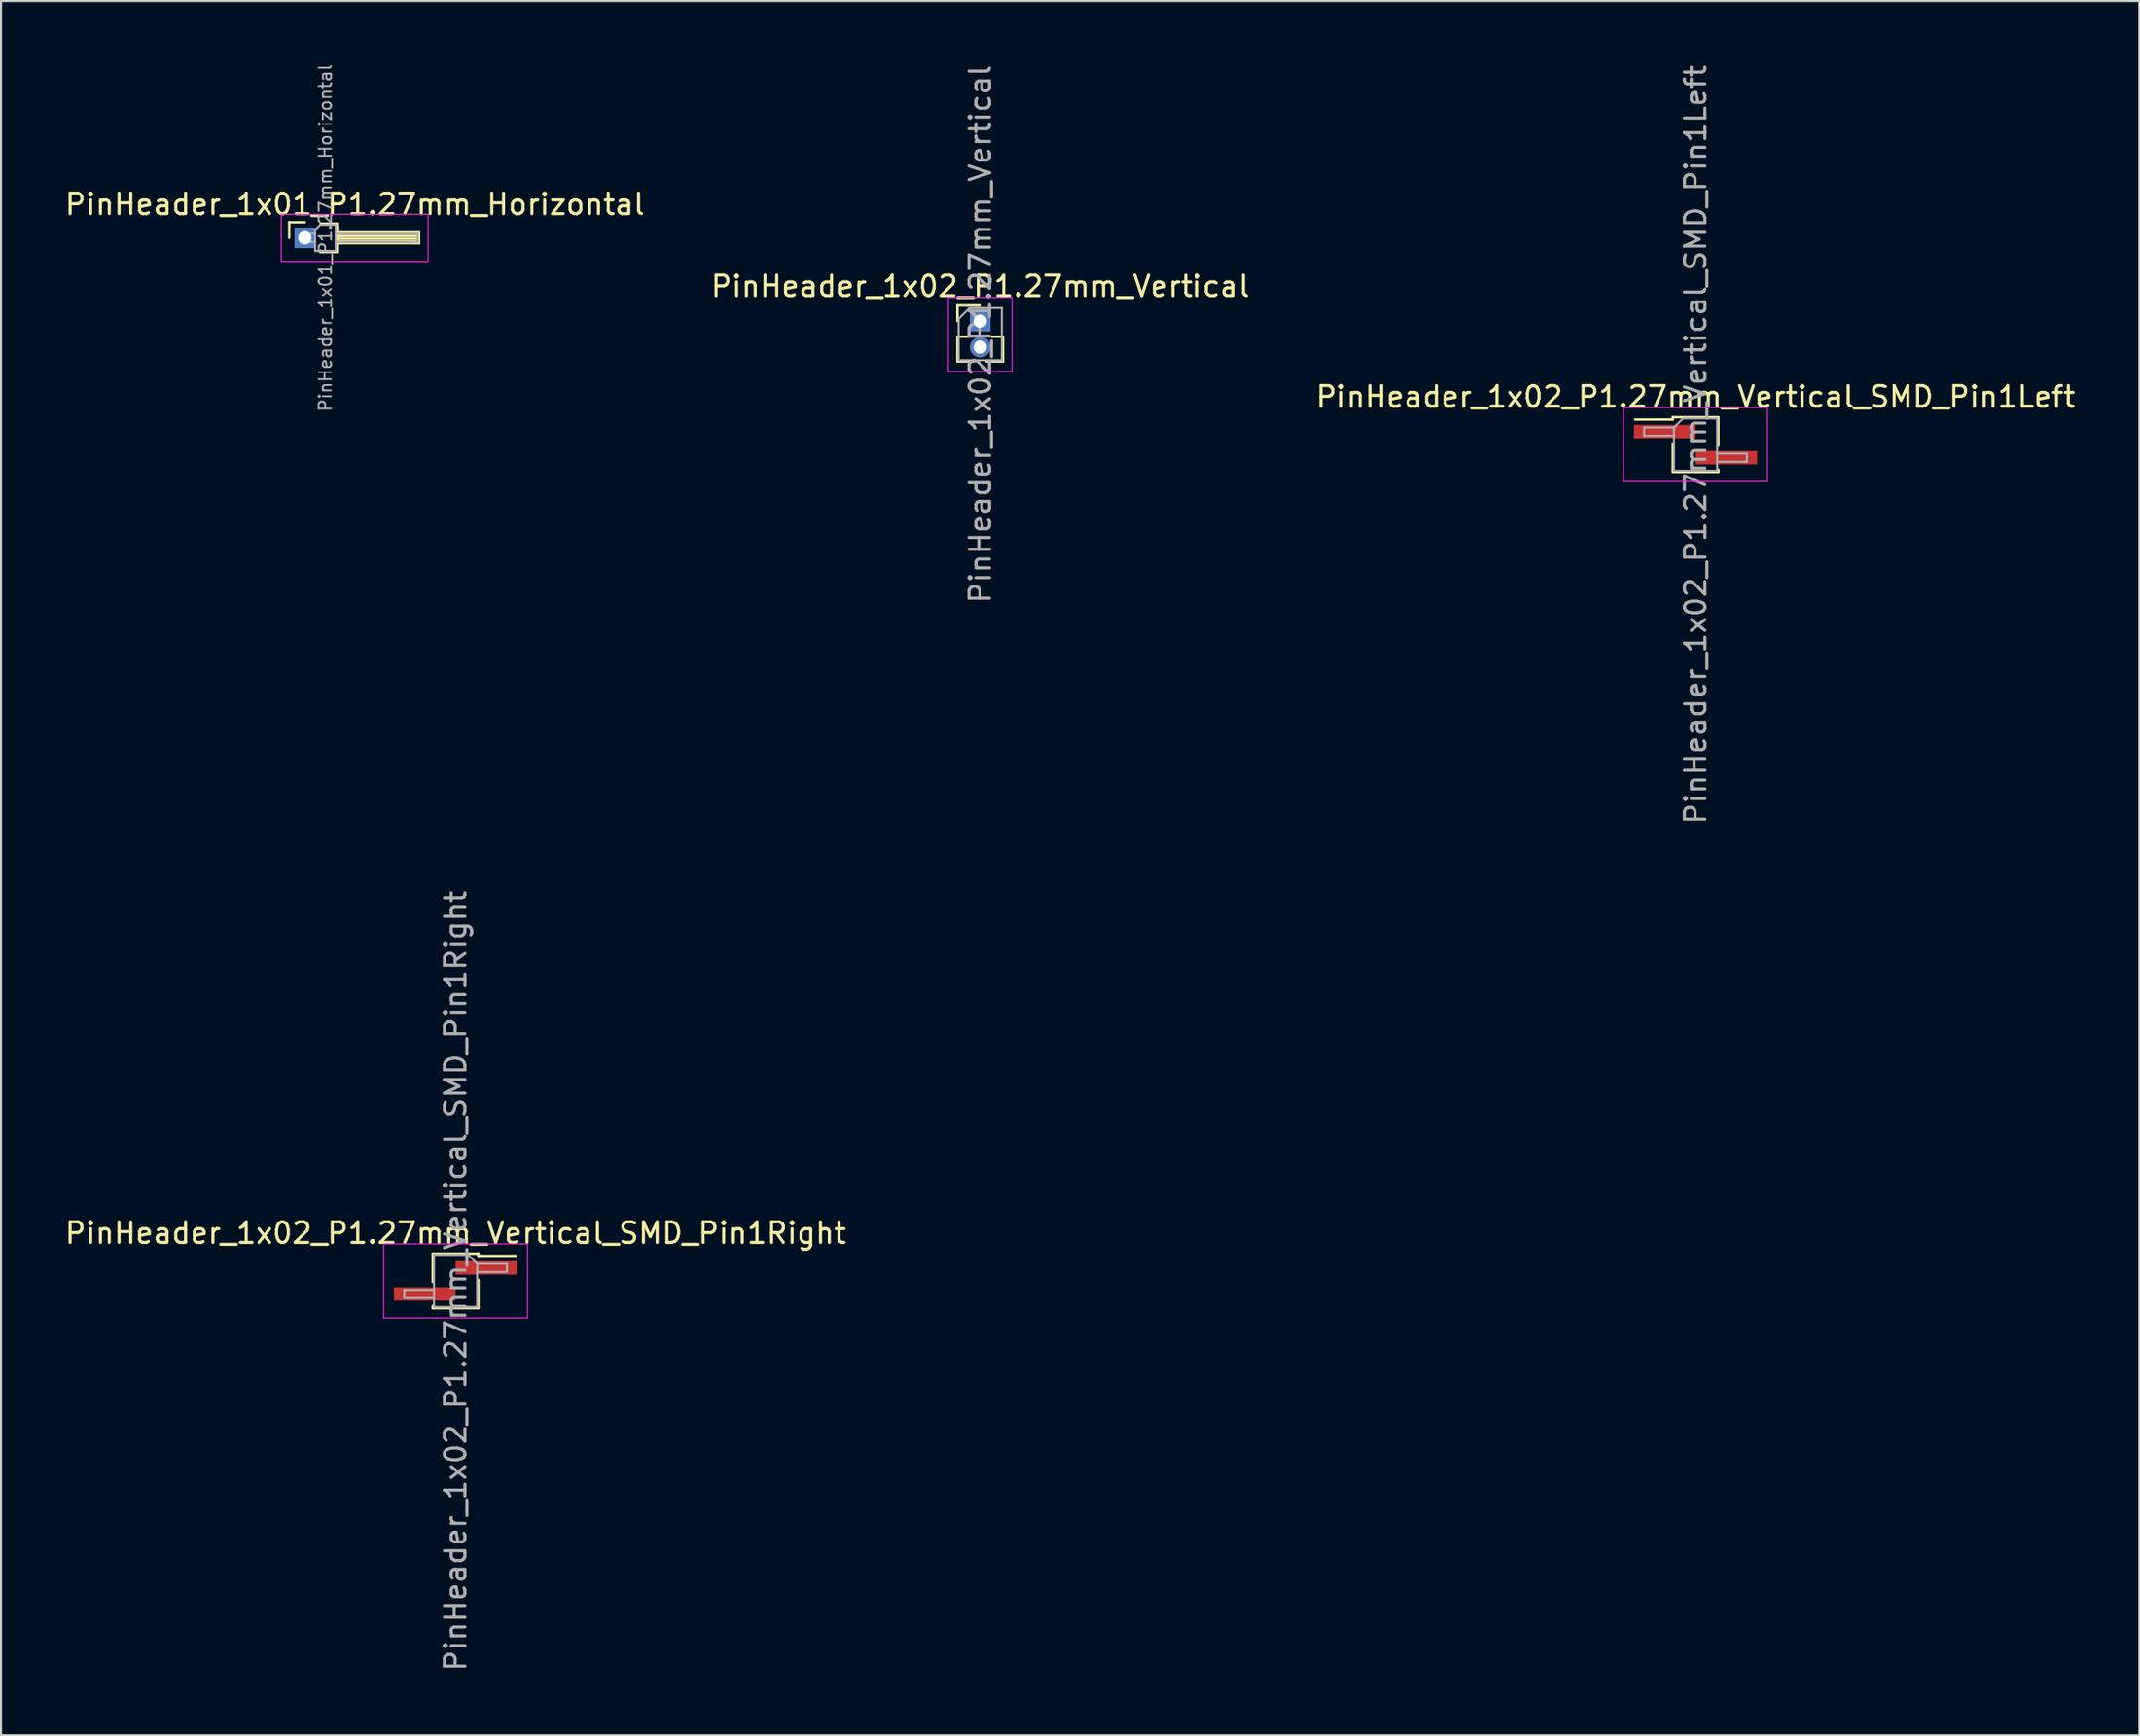
<source format=kicad_pcb>
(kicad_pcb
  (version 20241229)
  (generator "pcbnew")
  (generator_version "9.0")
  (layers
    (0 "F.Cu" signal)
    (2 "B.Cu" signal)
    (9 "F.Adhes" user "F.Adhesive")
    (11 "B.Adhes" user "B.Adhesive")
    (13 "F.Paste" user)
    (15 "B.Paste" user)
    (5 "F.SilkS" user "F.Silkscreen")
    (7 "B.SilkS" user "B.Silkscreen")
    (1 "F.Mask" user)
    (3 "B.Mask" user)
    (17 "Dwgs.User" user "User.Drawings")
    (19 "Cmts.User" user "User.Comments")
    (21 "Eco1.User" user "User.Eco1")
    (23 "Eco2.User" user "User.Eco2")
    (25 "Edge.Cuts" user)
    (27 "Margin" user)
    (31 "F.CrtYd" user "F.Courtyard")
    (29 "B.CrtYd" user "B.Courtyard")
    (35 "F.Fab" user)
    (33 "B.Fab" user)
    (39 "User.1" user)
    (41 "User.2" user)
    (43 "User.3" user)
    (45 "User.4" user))
  (footprint "PinHeader_1x01_P1.27mm_Horizontal"
    (layer "F.Cu")
    (at 11.788 8.532)
    (property "Reference" "PinHeader_1x01_P1.27mm_Horizontal" (at 2.433 -1.635 0) (layer "F.SilkS") (effects (font (size 1 1) (thickness 0.15))))
    (attr through_hole)
    (fp_line (start -0.76 -0.76) (end 0 -0.76) (stroke (width 0.12) (type solid)) (layer "F.SilkS"))
    (fp_line (start -0.76 0) (end -0.76 -0.76) (stroke (width 0.12) (type solid)) (layer "F.SilkS"))
    (fp_line (start 0.76 -0.695) (end 1.56 -0.695) (stroke (width 0.12) (type solid)) (layer "F.SilkS"))
    (fp_line (start 0.76 0.695) (end 0.76 0.62) (stroke (width 0.12) (type solid)) (layer "F.SilkS"))
    (fp_line (start 1.56 -0.695) (end 1.56 0.695) (stroke (width 0.12) (type solid)) (layer "F.SilkS"))
    (fp_line (start 1.56 -0.26) (end 5.56 -0.26) (stroke (width 0.12) (type solid)) (layer "F.SilkS"))
    (fp_line (start 1.56 -0.2) (end 5.56 -0.2) (stroke (width 0.12) (type solid)) (layer "F.SilkS"))
    (fp_line (start 1.56 -0.08) (end 5.56 -0.08) (stroke (width 0.12) (type solid)) (layer "F.SilkS"))
    (fp_line (start 1.56 0.04) (end 5.56 0.04) (stroke (width 0.12) (type solid)) (layer "F.SilkS"))
    (fp_line (start 1.56 0.16) (end 5.56 0.16) (stroke (width 0.12) (type solid)) (layer "F.SilkS"))
    (fp_line (start 1.56 0.695) (end 0.76 0.695) (stroke (width 0.12) (type solid)) (layer "F.SilkS"))
    (fp_line (start 5.56 -0.26) (end 5.56 0.26) (stroke (width 0.12) (type solid)) (layer "F.SilkS"))
    (fp_line (start 5.56 0.26) (end 1.56 0.26) (stroke (width 0.12) (type solid)) (layer "F.SilkS"))
    (fp_line (start -1.15 -1.15) (end -1.15 1.15) (stroke (width 0.05) (type solid)) (layer "F.CrtYd"))
    (fp_line (start -1.15 1.15) (end 6 1.15) (stroke (width 0.05) (type solid)) (layer "F.CrtYd"))
    (fp_line (start 6 -1.15) (end -1.15 -1.15) (stroke (width 0.05) (type solid)) (layer "F.CrtYd"))
    (fp_line (start 6 1.15) (end 6 -1.15) (stroke (width 0.05) (type solid)) (layer "F.CrtYd"))
    (fp_line (start -0.2 -0.2) (end -0.2 0.2) (stroke (width 0.1) (type solid)) (layer "F.Fab"))
    (fp_line (start -0.2 -0.2) (end 0.5 -0.2) (stroke (width 0.1) (type solid)) (layer "F.Fab"))
    (fp_line (start -0.2 0.2) (end 0.5 0.2) (stroke (width 0.1) (type solid)) (layer "F.Fab"))
    (fp_line (start 0.5 -0.385) (end 0.75 -0.635) (stroke (width 0.1) (type solid)) (layer "F.Fab"))
    (fp_line (start 0.5 0.635) (end 0.5 -0.385) (stroke (width 0.1) (type solid)) (layer "F.Fab"))
    (fp_line (start 0.75 -0.635) (end 1.5 -0.635) (stroke (width 0.1) (type solid)) (layer "F.Fab"))
    (fp_line (start 1.5 -0.635) (end 1.5 0.635) (stroke (width 0.1) (type solid)) (layer "F.Fab"))
    (fp_line (start 1.5 -0.2) (end 5.5 -0.2) (stroke (width 0.1) (type solid)) (layer "F.Fab"))
    (fp_line (start 1.5 0.2) (end 5.5 0.2) (stroke (width 0.1) (type solid)) (layer "F.Fab"))
    (fp_line (start 1.5 0.635) (end 0.5 0.635) (stroke (width 0.1) (type solid)) (layer "F.Fab"))
    (fp_line (start 5.5 -0.2) (end 5.5 0.2) (stroke (width 0.1) (type solid)) (layer "F.Fab"))
    (fp_text user "${REFERENCE}" (at 1 0 90) (layer "F.Fab") (effects (font (size 0.6 0.6) (thickness 0.09))))
    (pad "1" thru_hole rect (at 0 0) (size 1 1) (drill 0.65) (layers "*.Cu" "*.Mask")))
  (footprint "PinHeader_1x02_P1.27mm_Vertical"
    (layer "F.Cu")
    (at 44.661 12.585)
    (property "Reference" "PinHeader_1x02_P1.27mm_Vertical" (at 0 -1.695 0) (layer "F.SilkS") (effects (font (size 1 1) (thickness 0.15))))
    (attr through_hole)
    (fp_line (start -1.11 -0.76) (end 0 -0.76) (stroke (width 0.12) (type solid)) (layer "F.SilkS"))
    (fp_line (start -1.11 0) (end -1.11 -0.76) (stroke (width 0.12) (type solid)) (layer "F.SilkS"))
    (fp_line (start -1.11 0.76) (end -1.11 1.965) (stroke (width 0.12) (type solid)) (layer "F.SilkS"))
    (fp_line (start -1.11 0.76) (end -0.563 0.76) (stroke (width 0.12) (type solid)) (layer "F.SilkS"))
    (fp_line (start -1.11 1.965) (end -0.308 1.965) (stroke (width 0.12) (type solid)) (layer "F.SilkS"))
    (fp_line (start 0.308 1.965) (end 1.11 1.965) (stroke (width 0.12) (type solid)) (layer "F.SilkS"))
    (fp_line (start 0.563 0.76) (end 1.11 0.76) (stroke (width 0.12) (type solid)) (layer "F.SilkS"))
    (fp_line (start 1.11 0.76) (end 1.11 1.965) (stroke (width 0.12) (type solid)) (layer "F.SilkS"))
    (fp_line (start -1.55 -1.15) (end -1.55 2.45) (stroke (width 0.05) (type solid)) (layer "F.CrtYd"))
    (fp_line (start -1.55 2.45) (end 1.55 2.45) (stroke (width 0.05) (type solid)) (layer "F.CrtYd"))
    (fp_line (start 1.55 -1.15) (end -1.55 -1.15) (stroke (width 0.05) (type solid)) (layer "F.CrtYd"))
    (fp_line (start 1.55 2.45) (end 1.55 -1.15) (stroke (width 0.05) (type solid)) (layer "F.CrtYd"))
    (fp_line (start -1.05 -0.11) (end -0.525 -0.635) (stroke (width 0.1) (type solid)) (layer "F.Fab"))
    (fp_line (start -1.05 1.905) (end -1.05 -0.11) (stroke (width 0.1) (type solid)) (layer "F.Fab"))
    (fp_line (start -0.525 -0.635) (end 1.05 -0.635) (stroke (width 0.1) (type solid)) (layer "F.Fab"))
    (fp_line (start 1.05 -0.635) (end 1.05 1.905) (stroke (width 0.1) (type solid)) (layer "F.Fab"))
    (fp_line (start 1.05 1.905) (end -1.05 1.905) (stroke (width 0.1) (type solid)) (layer "F.Fab"))
    (fp_text user "${REFERENCE}" (at 0 0.635 90) (layer "F.Fab") (effects (font (size 1 1) (thickness 0.15))))
    (pad "1" thru_hole rect (at 0 0) (size 1 1) (drill 0.65) (layers "*.Cu" "*.Mask"))
    (pad "2" thru_hole oval (at 0 1.27) (size 1 1) (drill 0.65) (layers "*.Cu" "*.Mask")))
  (footprint "PinHeader_1x02_P1.27mm_Vertical_SMD_Pin1Right"
    (layer "F.Cu")
    (at 19.125 59.327)
    (property "Reference" "PinHeader_1x02_P1.27mm_Vertical_SMD_Pin1Right" (at 0 -2.33 0) (layer "F.SilkS") (effects (font (size 1 1) (thickness 0.15))))
    (attr smd)
    (fp_line (start -1.11 -1.33) (end 1.11 -1.33) (stroke (width 0.12) (type solid)) (layer "F.SilkS"))
    (fp_line (start -1.11 -1.32) (end -1.11 0.05) (stroke (width 0.12) (type solid)) (layer "F.SilkS"))
    (fp_line (start -1.11 1.22) (end -1.11 1.33) (stroke (width 0.12) (type solid)) (layer "F.SilkS"))
    (fp_line (start -1.11 1.33) (end 1.11 1.33) (stroke (width 0.12) (type solid)) (layer "F.SilkS"))
    (fp_line (start 1.11 -1.33) (end 1.11 -1.22) (stroke (width 0.12) (type solid)) (layer "F.SilkS"))
    (fp_line (start 1.11 -1.22) (end 2.94 -1.22) (stroke (width 0.12) (type solid)) (layer "F.SilkS"))
    (fp_line (start 1.11 -0.05) (end 1.11 1.32) (stroke (width 0.12) (type solid)) (layer "F.SilkS"))
    (fp_line (start -3.5 -1.8) (end -3.5 1.8) (stroke (width 0.05) (type solid)) (layer "F.CrtYd"))
    (fp_line (start -3.5 1.8) (end 3.5 1.8) (stroke (width 0.05) (type solid)) (layer "F.CrtYd"))
    (fp_line (start 3.5 -1.8) (end -3.5 -1.8) (stroke (width 0.05) (type solid)) (layer "F.CrtYd"))
    (fp_line (start 3.5 1.8) (end 3.5 -1.8) (stroke (width 0.05) (type solid)) (layer "F.CrtYd"))
    (fp_line (start -2.5 0.435) (end -2.5 0.835) (stroke (width 0.1) (type solid)) (layer "F.Fab"))
    (fp_line (start -2.5 0.835) (end -1.05 0.835) (stroke (width 0.1) (type solid)) (layer "F.Fab"))
    (fp_line (start -1.05 -1.27) (end -1.05 1.27) (stroke (width 0.1) (type solid)) (layer "F.Fab"))
    (fp_line (start -1.05 -1.27) (end 0.615 -1.27) (stroke (width 0.1) (type solid)) (layer "F.Fab"))
    (fp_line (start -1.05 0.435) (end -2.5 0.435) (stroke (width 0.1) (type solid)) (layer "F.Fab"))
    (fp_line (start 1.05 -0.835) (end 0.615 -1.27) (stroke (width 0.1) (type solid)) (layer "F.Fab"))
    (fp_line (start 1.05 -0.835) (end 2.5 -0.835) (stroke (width 0.1) (type solid)) (layer "F.Fab"))
    (fp_line (start 1.05 1.27) (end -1.05 1.27) (stroke (width 0.1) (type solid)) (layer "F.Fab"))
    (fp_line (start 1.05 1.27) (end 1.05 -0.835) (stroke (width 0.1) (type solid)) (layer "F.Fab"))
    (fp_line (start 2.5 -0.835) (end 2.5 -0.435) (stroke (width 0.1) (type solid)) (layer "F.Fab"))
    (fp_line (start 2.5 -0.435) (end 1.05 -0.435) (stroke (width 0.1) (type solid)) (layer "F.Fab"))
    (fp_text user "${REFERENCE}" (at 0 0 90) (layer "F.Fab") (effects (font (size 1 1) (thickness 0.15))))
    (pad "1" smd rect (at 1.5 -0.635) (size 3 0.65) (layers "F.Cu" "F.Mask" "F.Paste"))
    (pad "2" smd rect (at -1.5 0.635) (size 3 0.65) (layers "F.Cu" "F.Mask" "F.Paste")))
  (footprint "PinHeader_1x02_P1.27mm_Vertical_SMD_Pin1Left"
    (layer "F.Cu")
    (at 79.482 18.601)
    (property "Reference" "PinHeader_1x02_P1.27mm_Vertical_SMD_Pin1Left" (at 0 -2.33 0) (layer "F.SilkS") (effects (font (size 1 1) (thickness 0.15))))
    (attr smd)
    (fp_line (start -1.11 -1.33) (end -1.11 -1.22) (stroke (width 0.12) (type solid)) (layer "F.SilkS"))
    (fp_line (start -1.11 -1.33) (end 1.11 -1.33) (stroke (width 0.12) (type solid)) (layer "F.SilkS"))
    (fp_line (start -1.11 -1.22) (end -2.94 -1.22) (stroke (width 0.12) (type solid)) (layer "F.SilkS"))
    (fp_line (start -1.11 -0.05) (end -1.11 1.32) (stroke (width 0.12) (type solid)) (layer "F.SilkS"))
    (fp_line (start -1.11 1.33) (end 1.11 1.33) (stroke (width 0.12) (type solid)) (layer "F.SilkS"))
    (fp_line (start 1.11 -1.32) (end 1.11 0.05) (stroke (width 0.12) (type solid)) (layer "F.SilkS"))
    (fp_line (start 1.11 1.22) (end 1.11 1.33) (stroke (width 0.12) (type solid)) (layer "F.SilkS"))
    (fp_line (start -3.5 -1.8) (end -3.5 1.8) (stroke (width 0.05) (type solid)) (layer "F.CrtYd"))
    (fp_line (start -3.5 1.8) (end 3.5 1.8) (stroke (width 0.05) (type solid)) (layer "F.CrtYd"))
    (fp_line (start 3.5 -1.8) (end -3.5 -1.8) (stroke (width 0.05) (type solid)) (layer "F.CrtYd"))
    (fp_line (start 3.5 1.8) (end 3.5 -1.8) (stroke (width 0.05) (type solid)) (layer "F.CrtYd"))
    (fp_line (start -2.5 -0.835) (end -2.5 -0.435) (stroke (width 0.1) (type solid)) (layer "F.Fab"))
    (fp_line (start -2.5 -0.435) (end -1.05 -0.435) (stroke (width 0.1) (type solid)) (layer "F.Fab"))
    (fp_line (start -1.05 -0.835) (end -2.5 -0.835) (stroke (width 0.1) (type solid)) (layer "F.Fab"))
    (fp_line (start -1.05 -0.835) (end -0.615 -1.27) (stroke (width 0.1) (type solid)) (layer "F.Fab"))
    (fp_line (start -1.05 1.27) (end -1.05 -0.835) (stroke (width 0.1) (type solid)) (layer "F.Fab"))
    (fp_line (start -0.615 -1.27) (end 1.05 -1.27) (stroke (width 0.1) (type solid)) (layer "F.Fab"))
    (fp_line (start 1.05 -1.27) (end 1.05 1.27) (stroke (width 0.1) (type solid)) (layer "F.Fab"))
    (fp_line (start 1.05 0.435) (end 2.5 0.435) (stroke (width 0.1) (type solid)) (layer "F.Fab"))
    (fp_line (start 1.05 1.27) (end -1.05 1.27) (stroke (width 0.1) (type solid)) (layer "F.Fab"))
    (fp_line (start 2.5 0.435) (end 2.5 0.835) (stroke (width 0.1) (type solid)) (layer "F.Fab"))
    (fp_line (start 2.5 0.835) (end 1.05 0.835) (stroke (width 0.1) (type solid)) (layer "F.Fab"))
    (fp_text user "${REFERENCE}" (at 0 0 90) (layer "F.Fab") (effects (font (size 1 1) (thickness 0.15))))
    (pad "1" smd rect (at -1.5 -0.635) (size 3 0.65) (layers "F.Cu" "F.Mask" "F.Paste"))
    (pad "2" smd rect (at 1.5 0.635) (size 3 0.65) (layers "F.Cu" "F.Mask" "F.Paste")))
  (gr_rect
    (start -3 -3)
    (end 101.083 81.452)
    (stroke (width 0.1) (type default))
    (fill no)
    (layer "Edge.Cuts")))
</source>
